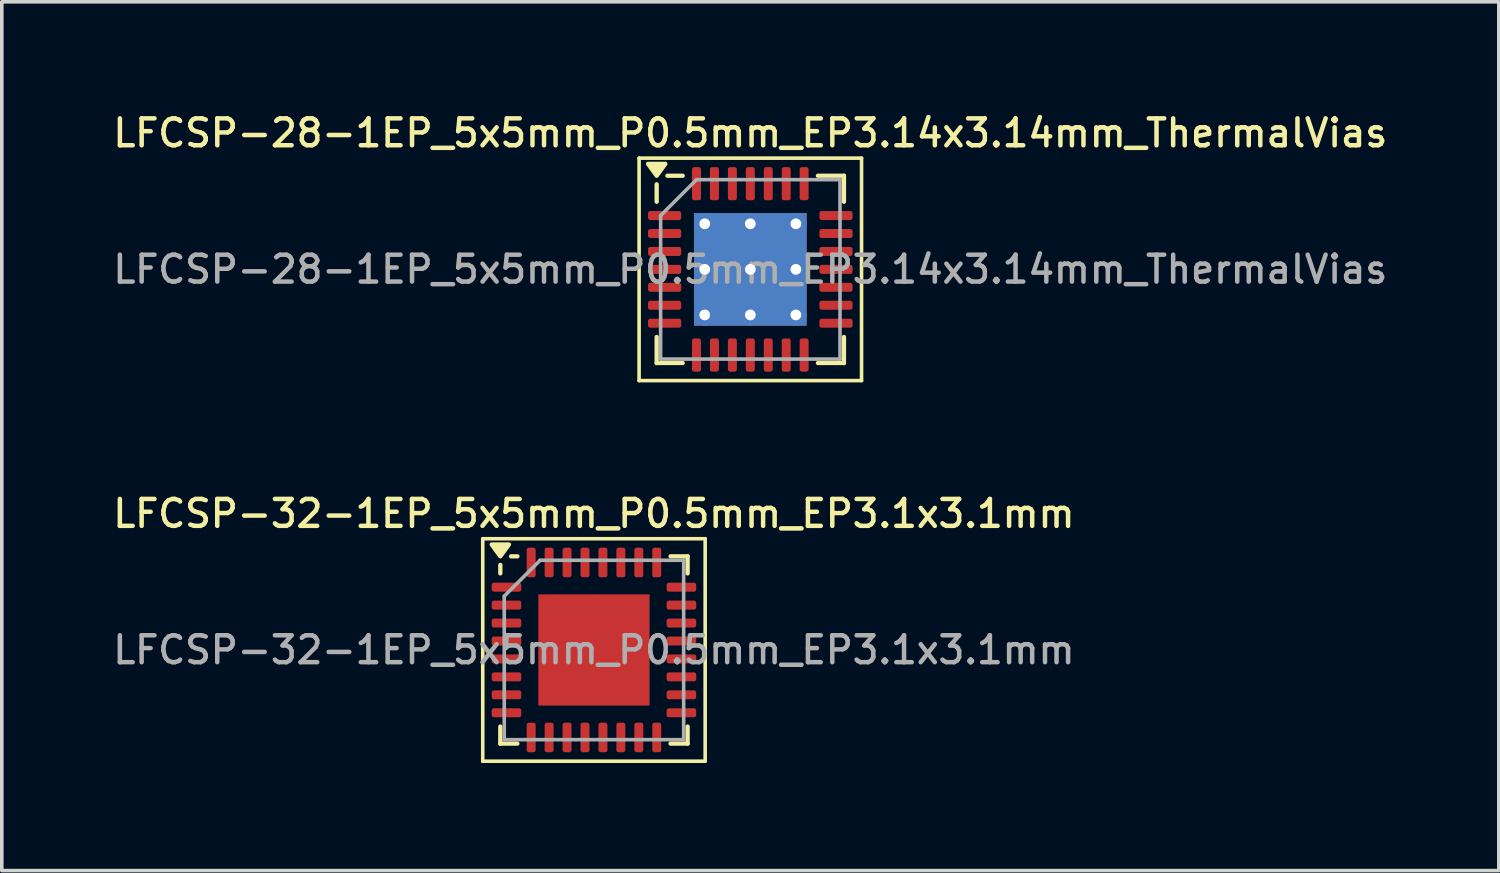
<source format=kicad_pcb>
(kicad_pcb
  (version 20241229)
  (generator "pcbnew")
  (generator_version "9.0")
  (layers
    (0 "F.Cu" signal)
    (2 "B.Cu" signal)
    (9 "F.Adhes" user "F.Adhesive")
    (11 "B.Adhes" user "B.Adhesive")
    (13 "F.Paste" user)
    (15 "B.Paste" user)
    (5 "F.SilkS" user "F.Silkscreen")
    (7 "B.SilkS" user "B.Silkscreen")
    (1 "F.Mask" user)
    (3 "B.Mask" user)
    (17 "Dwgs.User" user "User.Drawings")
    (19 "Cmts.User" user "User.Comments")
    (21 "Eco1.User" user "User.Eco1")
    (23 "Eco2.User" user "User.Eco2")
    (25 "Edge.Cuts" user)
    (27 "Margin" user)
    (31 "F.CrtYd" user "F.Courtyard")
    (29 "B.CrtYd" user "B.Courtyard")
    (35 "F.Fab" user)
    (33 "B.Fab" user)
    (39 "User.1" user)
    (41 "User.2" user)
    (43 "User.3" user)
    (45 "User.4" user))
  (footprint "LFCSP-32-1EP_5x5mm_P0.5mm_EP3.1x3.1mm"
    (layer "F.Cu")
    (at 13.505 15.066)
    (property "Reference" "LFCSP-32-1EP_5x5mm_P0.5mm_EP3.1x3.1mm" (at 0 -3.8 0) (layer "F.SilkS") (effects (font (size 0.75 0.75) (thickness 0.125))))
    (attr smd)
    (fp_line (start -3.1 -3.1) (end -3.1 3.1) (stroke (width 0.1) (type solid)) (layer "F.SilkS"))
    (fp_line (start -3.1 3.1) (end 3.1 3.1) (stroke (width 0.1) (type solid)) (layer "F.SilkS"))
    (fp_line (start -2.61 -2.135) (end -2.61 -2.37) (stroke (width 0.12) (type solid)) (layer "F.SilkS"))
    (fp_line (start -2.61 2.61) (end -2.61 2.135) (stroke (width 0.12) (type solid)) (layer "F.SilkS"))
    (fp_line (start -2.135 -2.61) (end -2.31 -2.61) (stroke (width 0.12) (type solid)) (layer "F.SilkS"))
    (fp_line (start -2.135 2.61) (end -2.61 2.61) (stroke (width 0.12) (type solid)) (layer "F.SilkS"))
    (fp_line (start 2.135 -2.61) (end 2.61 -2.61) (stroke (width 0.12) (type solid)) (layer "F.SilkS"))
    (fp_line (start 2.135 2.61) (end 2.61 2.61) (stroke (width 0.12) (type solid)) (layer "F.SilkS"))
    (fp_line (start 2.61 -2.61) (end 2.61 -2.135) (stroke (width 0.12) (type solid)) (layer "F.SilkS"))
    (fp_line (start 2.61 2.61) (end 2.61 2.135) (stroke (width 0.12) (type solid)) (layer "F.SilkS"))
    (fp_line (start 3.1 -3.1) (end -3.1 -3.1) (stroke (width 0.1) (type solid)) (layer "F.SilkS"))
    (fp_line (start 3.1 3.1) (end 3.1 -3.1) (stroke (width 0.1) (type solid)) (layer "F.SilkS"))
    (fp_poly (pts (xy -2.61 -2.61) (xy -2.85 -2.94) (xy -2.37 -2.94) (xy -2.61 -2.61)) (stroke (width 0.12) (type solid)) (fill yes) (layer "F.SilkS"))
    (fp_line (start -2.5 -1.5) (end -1.5 -2.5) (stroke (width 0.1) (type solid)) (layer "F.Fab"))
    (fp_line (start -2.5 2.5) (end -2.5 -1.5) (stroke (width 0.1) (type solid)) (layer "F.Fab"))
    (fp_line (start -1.5 -2.5) (end 2.5 -2.5) (stroke (width 0.1) (type solid)) (layer "F.Fab"))
    (fp_line (start 2.5 -2.5) (end 2.5 2.5) (stroke (width 0.1) (type solid)) (layer "F.Fab"))
    (fp_line (start 2.5 2.5) (end -2.5 2.5) (stroke (width 0.1) (type solid)) (layer "F.Fab"))
    (fp_text user "${REFERENCE}" (at 0 0 0) (layer "F.Fab") (effects (font (size 0.75 0.75) (thickness 0.125))))
    (pad "" smd roundrect (at -1.03 -1.03) (size 0.83 0.83) (layers "F.Paste") (roundrect_rratio 0.25))
    (pad "" smd roundrect (at -1.03 0) (size 0.83 0.83) (layers "F.Paste") (roundrect_rratio 0.25))
    (pad "" smd roundrect (at -1.03 1.03) (size 0.83 0.83) (layers "F.Paste") (roundrect_rratio 0.25))
    (pad "" smd roundrect (at 0 -1.03) (size 0.83 0.83) (layers "F.Paste") (roundrect_rratio 0.25))
    (pad "" smd roundrect (at 0 0) (size 0.83 0.83) (layers "F.Paste") (roundrect_rratio 0.25))
    (pad "" smd roundrect (at 0 1.03) (size 0.83 0.83) (layers "F.Paste") (roundrect_rratio 0.25))
    (pad "" smd roundrect (at 1.03 -1.03) (size 0.83 0.83) (layers "F.Paste") (roundrect_rratio 0.25))
    (pad "" smd roundrect (at 1.03 0) (size 0.83 0.83) (layers "F.Paste") (roundrect_rratio 0.25))
    (pad "" smd roundrect (at 1.03 1.03) (size 0.83 0.83) (layers "F.Paste") (roundrect_rratio 0.25))
    (pad "1" smd roundrect (at -2.438 -1.75) (size 0.825 0.25) (layers "F.Cu" "F.Mask" "F.Paste") (roundrect_rratio 0.25))
    (pad "2" smd roundrect (at -2.438 -1.25) (size 0.825 0.25) (layers "F.Cu" "F.Mask" "F.Paste") (roundrect_rratio 0.25))
    (pad "3" smd roundrect (at -2.438 -0.75) (size 0.825 0.25) (layers "F.Cu" "F.Mask" "F.Paste") (roundrect_rratio 0.25))
    (pad "4" smd roundrect (at -2.438 -0.25) (size 0.825 0.25) (layers "F.Cu" "F.Mask" "F.Paste") (roundrect_rratio 0.25))
    (pad "5" smd roundrect (at -2.438 0.25) (size 0.825 0.25) (layers "F.Cu" "F.Mask" "F.Paste") (roundrect_rratio 0.25))
    (pad "6" smd roundrect (at -2.438 0.75) (size 0.825 0.25) (layers "F.Cu" "F.Mask" "F.Paste") (roundrect_rratio 0.25))
    (pad "7" smd roundrect (at -2.438 1.25) (size 0.825 0.25) (layers "F.Cu" "F.Mask" "F.Paste") (roundrect_rratio 0.25))
    (pad "8" smd roundrect (at -2.438 1.75) (size 0.825 0.25) (layers "F.Cu" "F.Mask" "F.Paste") (roundrect_rratio 0.25))
    (pad "9" smd roundrect (at -1.75 2.438) (size 0.25 0.825) (layers "F.Cu" "F.Mask" "F.Paste") (roundrect_rratio 0.25))
    (pad "10" smd roundrect (at -1.25 2.438) (size 0.25 0.825) (layers "F.Cu" "F.Mask" "F.Paste") (roundrect_rratio 0.25))
    (pad "11" smd roundrect (at -0.75 2.438) (size 0.25 0.825) (layers "F.Cu" "F.Mask" "F.Paste") (roundrect_rratio 0.25))
    (pad "12" smd roundrect (at -0.25 2.438) (size 0.25 0.825) (layers "F.Cu" "F.Mask" "F.Paste") (roundrect_rratio 0.25))
    (pad "13" smd roundrect (at 0.25 2.438) (size 0.25 0.825) (layers "F.Cu" "F.Mask" "F.Paste") (roundrect_rratio 0.25))
    (pad "14" smd roundrect (at 0.75 2.438) (size 0.25 0.825) (layers "F.Cu" "F.Mask" "F.Paste") (roundrect_rratio 0.25))
    (pad "15" smd roundrect (at 1.25 2.438) (size 0.25 0.825) (layers "F.Cu" "F.Mask" "F.Paste") (roundrect_rratio 0.25))
    (pad "16" smd roundrect (at 1.75 2.438) (size 0.25 0.825) (layers "F.Cu" "F.Mask" "F.Paste") (roundrect_rratio 0.25))
    (pad "17" smd roundrect (at 2.438 1.75) (size 0.825 0.25) (layers "F.Cu" "F.Mask" "F.Paste") (roundrect_rratio 0.25))
    (pad "18" smd roundrect (at 2.438 1.25) (size 0.825 0.25) (layers "F.Cu" "F.Mask" "F.Paste") (roundrect_rratio 0.25))
    (pad "19" smd roundrect (at 2.438 0.75) (size 0.825 0.25) (layers "F.Cu" "F.Mask" "F.Paste") (roundrect_rratio 0.25))
    (pad "20" smd roundrect (at 2.438 0.25) (size 0.825 0.25) (layers "F.Cu" "F.Mask" "F.Paste") (roundrect_rratio 0.25))
    (pad "21" smd roundrect (at 2.438 -0.25) (size 0.825 0.25) (layers "F.Cu" "F.Mask" "F.Paste") (roundrect_rratio 0.25))
    (pad "22" smd roundrect (at 2.438 -0.75) (size 0.825 0.25) (layers "F.Cu" "F.Mask" "F.Paste") (roundrect_rratio 0.25))
    (pad "23" smd roundrect (at 2.438 -1.25) (size 0.825 0.25) (layers "F.Cu" "F.Mask" "F.Paste") (roundrect_rratio 0.25))
    (pad "24" smd roundrect (at 2.438 -1.75) (size 0.825 0.25) (layers "F.Cu" "F.Mask" "F.Paste") (roundrect_rratio 0.25))
    (pad "25" smd roundrect (at 1.75 -2.438) (size 0.25 0.825) (layers "F.Cu" "F.Mask" "F.Paste") (roundrect_rratio 0.25))
    (pad "26" smd roundrect (at 1.25 -2.438) (size 0.25 0.825) (layers "F.Cu" "F.Mask" "F.Paste") (roundrect_rratio 0.25))
    (pad "27" smd roundrect (at 0.75 -2.438) (size 0.25 0.825) (layers "F.Cu" "F.Mask" "F.Paste") (roundrect_rratio 0.25))
    (pad "28" smd roundrect (at 0.25 -2.438) (size 0.25 0.825) (layers "F.Cu" "F.Mask" "F.Paste") (roundrect_rratio 0.25))
    (pad "29" smd roundrect (at -0.25 -2.438) (size 0.25 0.825) (layers "F.Cu" "F.Mask" "F.Paste") (roundrect_rratio 0.25))
    (pad "30" smd roundrect (at -0.75 -2.438) (size 0.25 0.825) (layers "F.Cu" "F.Mask" "F.Paste") (roundrect_rratio 0.25))
    (pad "31" smd roundrect (at -1.25 -2.438) (size 0.25 0.825) (layers "F.Cu" "F.Mask" "F.Paste") (roundrect_rratio 0.25))
    (pad "32" smd roundrect (at -1.75 -2.438) (size 0.25 0.825) (layers "F.Cu" "F.Mask" "F.Paste") (roundrect_rratio 0.25))
    (pad "33" smd rect (at 0 0) (size 3.1 3.1) (property pad_prop_heatsink) (layers "F.Cu" "F.Mask")))
  (footprint "LFCSP-28-1EP_5x5mm_P0.5mm_EP3.14x3.14mm_ThermalVias"
    (layer "F.Cu")
    (at 17.863 4.458)
    (property "Reference" "LFCSP-28-1EP_5x5mm_P0.5mm_EP3.14x3.14mm_ThermalVias" (at 0 -3.8 0) (layer "F.SilkS") (effects (font (size 0.75 0.75) (thickness 0.125))))
    (attr smd)
    (fp_line (start -3.1 -3.1) (end -3.1 3.1) (stroke (width 0.1) (type solid)) (layer "F.SilkS"))
    (fp_line (start -3.1 3.1) (end 3.1 3.1) (stroke (width 0.1) (type solid)) (layer "F.SilkS"))
    (fp_line (start -2.61 -1.885) (end -2.61 -2.37) (stroke (width 0.12) (type solid)) (layer "F.SilkS"))
    (fp_line (start -2.61 2.61) (end -2.61 1.885) (stroke (width 0.12) (type solid)) (layer "F.SilkS"))
    (fp_line (start -1.885 -2.61) (end -2.31 -2.61) (stroke (width 0.12) (type solid)) (layer "F.SilkS"))
    (fp_line (start -1.885 2.61) (end -2.61 2.61) (stroke (width 0.12) (type solid)) (layer "F.SilkS"))
    (fp_line (start 1.885 -2.61) (end 2.61 -2.61) (stroke (width 0.12) (type solid)) (layer "F.SilkS"))
    (fp_line (start 1.885 2.61) (end 2.61 2.61) (stroke (width 0.12) (type solid)) (layer "F.SilkS"))
    (fp_line (start 2.61 -2.61) (end 2.61 -1.885) (stroke (width 0.12) (type solid)) (layer "F.SilkS"))
    (fp_line (start 2.61 2.61) (end 2.61 1.885) (stroke (width 0.12) (type solid)) (layer "F.SilkS"))
    (fp_line (start 3.1 -3.1) (end -3.1 -3.1) (stroke (width 0.1) (type solid)) (layer "F.SilkS"))
    (fp_line (start 3.1 3.1) (end 3.1 -3.1) (stroke (width 0.1) (type solid)) (layer "F.SilkS"))
    (fp_poly (pts (xy -2.61 -2.61) (xy -2.85 -2.94) (xy -2.37 -2.94) (xy -2.61 -2.61)) (stroke (width 0.12) (type solid)) (fill yes) (layer "F.SilkS"))
    (fp_line (start -2.5 -1.5) (end -1.5 -2.5) (stroke (width 0.1) (type solid)) (layer "F.Fab"))
    (fp_line (start -2.5 2.5) (end -2.5 -1.5) (stroke (width 0.1) (type solid)) (layer "F.Fab"))
    (fp_line (start -1.5 -2.5) (end 2.5 -2.5) (stroke (width 0.1) (type solid)) (layer "F.Fab"))
    (fp_line (start 2.5 -2.5) (end 2.5 2.5) (stroke (width 0.1) (type solid)) (layer "F.Fab"))
    (fp_line (start 2.5 2.5) (end -2.5 2.5) (stroke (width 0.1) (type solid)) (layer "F.Fab"))
    (fp_text user "${REFERENCE}" (at 0 0 0) (layer "F.Fab") (effects (font (size 0.75 0.75) (thickness 0.125))))
    (pad "" smd roundrect (at -0.785 -0.785) (size 1.31 1.31) (layers "F.Paste") (roundrect_rratio 0.191))
    (pad "" smd roundrect (at -0.785 0.785) (size 1.31 1.31) (layers "F.Paste") (roundrect_rratio 0.191))
    (pad "" smd roundrect (at 0.785 -0.785) (size 1.31 1.31) (layers "F.Paste") (roundrect_rratio 0.191))
    (pad "" smd roundrect (at 0.785 0.785) (size 1.31 1.31) (layers "F.Paste") (roundrect_rratio 0.191))
    (pad "1" smd roundrect (at -2.388 -1.5) (size 0.925 0.25) (layers "F.Cu" "F.Mask" "F.Paste") (roundrect_rratio 0.25))
    (pad "2" smd roundrect (at -2.388 -1) (size 0.925 0.25) (layers "F.Cu" "F.Mask" "F.Paste") (roundrect_rratio 0.25))
    (pad "3" smd roundrect (at -2.388 -0.5) (size 0.925 0.25) (layers "F.Cu" "F.Mask" "F.Paste") (roundrect_rratio 0.25))
    (pad "4" smd roundrect (at -2.388 0) (size 0.925 0.25) (layers "F.Cu" "F.Mask" "F.Paste") (roundrect_rratio 0.25))
    (pad "5" smd roundrect (at -2.388 0.5) (size 0.925 0.25) (layers "F.Cu" "F.Mask" "F.Paste") (roundrect_rratio 0.25))
    (pad "6" smd roundrect (at -2.388 1) (size 0.925 0.25) (layers "F.Cu" "F.Mask" "F.Paste") (roundrect_rratio 0.25))
    (pad "7" smd roundrect (at -2.388 1.5) (size 0.925 0.25) (layers "F.Cu" "F.Mask" "F.Paste") (roundrect_rratio 0.25))
    (pad "8" smd roundrect (at -1.5 2.388) (size 0.25 0.925) (layers "F.Cu" "F.Mask" "F.Paste") (roundrect_rratio 0.25))
    (pad "9" smd roundrect (at -1 2.388) (size 0.25 0.925) (layers "F.Cu" "F.Mask" "F.Paste") (roundrect_rratio 0.25))
    (pad "10" smd roundrect (at -0.5 2.388) (size 0.25 0.925) (layers "F.Cu" "F.Mask" "F.Paste") (roundrect_rratio 0.25))
    (pad "11" smd roundrect (at 0 2.388) (size 0.25 0.925) (layers "F.Cu" "F.Mask" "F.Paste") (roundrect_rratio 0.25))
    (pad "12" smd roundrect (at 0.5 2.388) (size 0.25 0.925) (layers "F.Cu" "F.Mask" "F.Paste") (roundrect_rratio 0.25))
    (pad "13" smd roundrect (at 1 2.388) (size 0.25 0.925) (layers "F.Cu" "F.Mask" "F.Paste") (roundrect_rratio 0.25))
    (pad "14" smd roundrect (at 1.5 2.388) (size 0.25 0.925) (layers "F.Cu" "F.Mask" "F.Paste") (roundrect_rratio 0.25))
    (pad "15" smd roundrect (at 2.388 1.5) (size 0.925 0.25) (layers "F.Cu" "F.Mask" "F.Paste") (roundrect_rratio 0.25))
    (pad "16" smd roundrect (at 2.388 1) (size 0.925 0.25) (layers "F.Cu" "F.Mask" "F.Paste") (roundrect_rratio 0.25))
    (pad "17" smd roundrect (at 2.388 0.5) (size 0.925 0.25) (layers "F.Cu" "F.Mask" "F.Paste") (roundrect_rratio 0.25))
    (pad "18" smd roundrect (at 2.388 0) (size 0.925 0.25) (layers "F.Cu" "F.Mask" "F.Paste") (roundrect_rratio 0.25))
    (pad "19" smd roundrect (at 2.388 -0.5) (size 0.925 0.25) (layers "F.Cu" "F.Mask" "F.Paste") (roundrect_rratio 0.25))
    (pad "20" smd roundrect (at 2.388 -1) (size 0.925 0.25) (layers "F.Cu" "F.Mask" "F.Paste") (roundrect_rratio 0.25))
    (pad "21" smd roundrect (at 2.388 -1.5) (size 0.925 0.25) (layers "F.Cu" "F.Mask" "F.Paste") (roundrect_rratio 0.25))
    (pad "22" smd roundrect (at 1.5 -2.388) (size 0.25 0.925) (layers "F.Cu" "F.Mask" "F.Paste") (roundrect_rratio 0.25))
    (pad "23" smd roundrect (at 1 -2.388) (size 0.25 0.925) (layers "F.Cu" "F.Mask" "F.Paste") (roundrect_rratio 0.25))
    (pad "24" smd roundrect (at 0.5 -2.388) (size 0.25 0.925) (layers "F.Cu" "F.Mask" "F.Paste") (roundrect_rratio 0.25))
    (pad "25" smd roundrect (at 0 -2.388) (size 0.25 0.925) (layers "F.Cu" "F.Mask" "F.Paste") (roundrect_rratio 0.25))
    (pad "26" smd roundrect (at -0.5 -2.388) (size 0.25 0.925) (layers "F.Cu" "F.Mask" "F.Paste") (roundrect_rratio 0.25))
    (pad "27" smd roundrect (at -1 -2.388) (size 0.25 0.925) (layers "F.Cu" "F.Mask" "F.Paste") (roundrect_rratio 0.25))
    (pad "28" smd roundrect (at -1.5 -2.388) (size 0.25 0.925) (layers "F.Cu" "F.Mask" "F.Paste") (roundrect_rratio 0.25))
    (pad "29" thru_hole circle (at -1.27 -1.27) (size 0.6 0.6) (drill 0.3) (property pad_prop_heatsink) (layers "*.Cu"))
    (pad "29" thru_hole circle (at -1.27 0) (size 0.6 0.6) (drill 0.3) (property pad_prop_heatsink) (layers "*.Cu"))
    (pad "29" thru_hole circle (at -1.27 1.27) (size 0.6 0.6) (drill 0.3) (property pad_prop_heatsink) (layers "*.Cu"))
    (pad "29" thru_hole circle (at 0 -1.27) (size 0.6 0.6) (drill 0.3) (property pad_prop_heatsink) (layers "*.Cu"))
    (pad "29" thru_hole circle (at 0 0) (size 0.6 0.6) (drill 0.3) (property pad_prop_heatsink) (layers "*.Cu"))
    (pad "29" smd rect (at 0 0) (size 3.14 3.14) (property pad_prop_heatsink) (layers "F.Cu" "F.Mask"))
    (pad "29" smd rect (at 0 0) (size 3.14 3.14) (property pad_prop_heatsink) (layers "B.Cu"))
    (pad "29" thru_hole circle (at 0 1.27) (size 0.6 0.6) (drill 0.3) (property pad_prop_heatsink) (layers "*.Cu"))
    (pad "29" thru_hole circle (at 1.27 -1.27) (size 0.6 0.6) (drill 0.3) (property pad_prop_heatsink) (layers "*.Cu"))
    (pad "29" thru_hole circle (at 1.27 0) (size 0.6 0.6) (drill 0.3) (property pad_prop_heatsink) (layers "*.Cu"))
    (pad "29" thru_hole circle (at 1.27 1.27) (size 0.6 0.6) (drill 0.3) (property pad_prop_heatsink) (layers "*.Cu")))
  (gr_rect
    (start -3 -3)
    (end 38.725 21.216)
    (stroke (width 0.1) (type default))
    (fill no)
    (layer "Edge.Cuts")))
</source>
